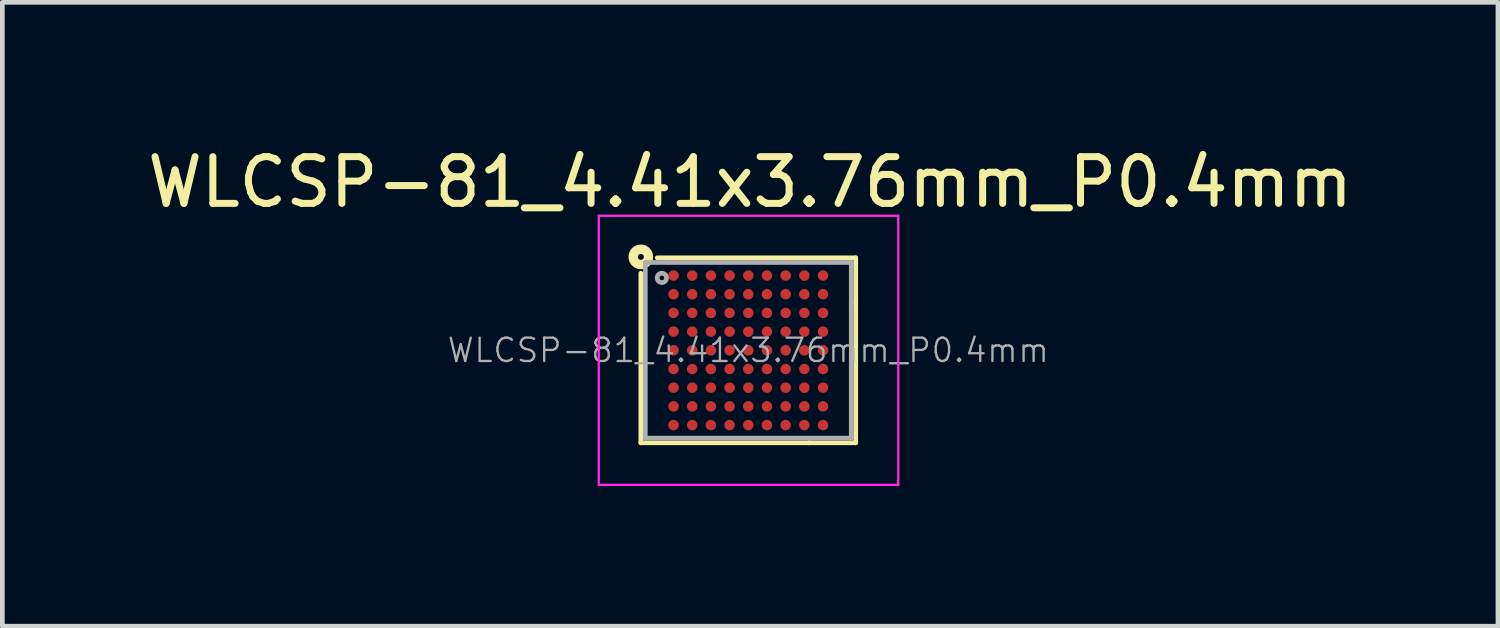
<source format=kicad_pcb>
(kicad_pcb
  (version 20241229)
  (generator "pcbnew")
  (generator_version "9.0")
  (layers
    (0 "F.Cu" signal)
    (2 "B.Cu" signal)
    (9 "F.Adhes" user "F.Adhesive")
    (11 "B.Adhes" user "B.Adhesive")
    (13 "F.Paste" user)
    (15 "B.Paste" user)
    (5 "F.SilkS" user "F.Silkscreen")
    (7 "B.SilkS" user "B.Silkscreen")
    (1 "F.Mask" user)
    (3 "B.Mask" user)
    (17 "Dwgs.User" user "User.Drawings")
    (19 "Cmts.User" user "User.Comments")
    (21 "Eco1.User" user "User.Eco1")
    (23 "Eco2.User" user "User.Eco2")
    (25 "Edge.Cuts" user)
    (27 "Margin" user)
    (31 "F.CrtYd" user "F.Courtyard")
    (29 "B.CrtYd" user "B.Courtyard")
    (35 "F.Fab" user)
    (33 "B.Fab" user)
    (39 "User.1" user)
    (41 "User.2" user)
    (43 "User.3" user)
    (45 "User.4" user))
  (footprint "WLCSP-81_4.41x3.76mm_P0.4mm"
    (layer "F.Cu")
    (at 12.966 4.448)
    (property "Reference" "WLCSP-81_4.41x3.76mm_P0.4mm" (at 0.04 -3.6 0) (layer "F.SilkS") (effects (font (size 1 1) (thickness 0.15))))
    (attr smd)
    (fp_line (start -2.3 -1.65) (end -2.3 1.98) (stroke (width 0.1) (type solid)) (layer "F.SilkS"))
    (fp_line (start -2.3 1.98) (end 1.3 1.98) (stroke (width 0.1) (type solid)) (layer "F.SilkS"))
    (fp_line (start -1.95 -1.98) (end 2.3 -1.98) (stroke (width 0.1) (type solid)) (layer "F.SilkS"))
    (fp_line (start 2.3 -1.98) (end 2.3 -1) (stroke (width 0.1) (type solid)) (layer "F.SilkS"))
    (fp_line (start 2.3 -1) (end 2.3 1.98) (stroke (width 0.1) (type solid)) (layer "F.SilkS"))
    (fp_line (start 2.3 1.98) (end 1.3 1.98) (stroke (width 0.1) (type solid)) (layer "F.SilkS"))
    (fp_circle (center -2.3 -2) (end -2.236 -2) (stroke (width 0.2) (type solid)) (fill no) (layer "F.SilkS"))
    (fp_line (start -3.2 -2.88) (end -3.2 2.88) (stroke (width 0.05) (type solid)) (layer "F.CrtYd"))
    (fp_line (start -3.2 -2.88) (end 3.21 -2.88) (stroke (width 0.05) (type solid)) (layer "F.CrtYd"))
    (fp_line (start -3.2 2.88) (end 3.21 2.88) (stroke (width 0.05) (type solid)) (layer "F.CrtYd"))
    (fp_line (start 3.21 2.88) (end 3.21 -2.88) (stroke (width 0.05) (type solid)) (layer "F.CrtYd"))
    (fp_line (start -2.204 -1.88) (end -2.204 1.88) (stroke (width 0.1) (type solid)) (layer "F.Fab"))
    (fp_line (start -2.204 -1.88) (end 2.204 -1.88) (stroke (width 0.1) (type solid)) (layer "F.Fab"))
    (fp_line (start -2.204 1.88) (end 2.204 1.88) (stroke (width 0.1) (type solid)) (layer "F.Fab"))
    (fp_line (start 2.204 -1.88) (end 2.204 1.88) (stroke (width 0.1) (type solid)) (layer "F.Fab"))
    (fp_circle (center -1.85 -1.55) (end -1.75 -1.55) (stroke (width 0.1) (type solid)) (fill no) (layer "F.Fab"))
    (fp_text user "${REFERENCE}" (at 0 0 0) (layer "F.Fab") (effects (font (size 0.5 0.5) (thickness 0.05))))
    (pad "A1" smd circle (at -1.6 -1.6) (size 0.225 0.225) (layers "F.Cu" "F.Mask" "F.Paste"))
    (pad "A2" smd circle (at -1.2 -1.6) (size 0.225 0.225) (layers "F.Cu" "F.Mask" "F.Paste"))
    (pad "A3" smd circle (at -0.8 -1.6) (size 0.225 0.225) (layers "F.Cu" "F.Mask" "F.Paste"))
    (pad "A4" smd circle (at -0.4 -1.6) (size 0.225 0.225) (layers "F.Cu" "F.Mask" "F.Paste"))
    (pad "A5" smd circle (at 0 -1.6) (size 0.225 0.225) (layers "F.Cu" "F.Mask" "F.Paste"))
    (pad "A6" smd circle (at 0.4 -1.6) (size 0.225 0.225) (layers "F.Cu" "F.Mask" "F.Paste"))
    (pad "A7" smd circle (at 0.8 -1.6) (size 0.225 0.225) (layers "F.Cu" "F.Mask" "F.Paste"))
    (pad "A8" smd circle (at 1.2 -1.6) (size 0.225 0.225) (layers "F.Cu" "F.Mask" "F.Paste"))
    (pad "A9" smd circle (at 1.6 -1.6) (size 0.225 0.225) (layers "F.Cu" "F.Mask" "F.Paste"))
    (pad "B1" smd circle (at -1.6 -1.2) (size 0.225 0.225) (layers "F.Cu" "F.Mask" "F.Paste"))
    (pad "B2" smd circle (at -1.2 -1.2) (size 0.225 0.225) (layers "F.Cu" "F.Mask" "F.Paste"))
    (pad "B3" smd circle (at -0.8 -1.2) (size 0.225 0.225) (layers "F.Cu" "F.Mask" "F.Paste"))
    (pad "B4" smd circle (at -0.4 -1.2) (size 0.225 0.225) (layers "F.Cu" "F.Mask" "F.Paste"))
    (pad "B5" smd circle (at 0 -1.2) (size 0.225 0.225) (layers "F.Cu" "F.Mask" "F.Paste"))
    (pad "B6" smd circle (at 0.4 -1.2) (size 0.225 0.225) (layers "F.Cu" "F.Mask" "F.Paste"))
    (pad "B7" smd circle (at 0.8 -1.2) (size 0.225 0.225) (layers "F.Cu" "F.Mask" "F.Paste"))
    (pad "B8" smd circle (at 1.2 -1.2) (size 0.225 0.225) (layers "F.Cu" "F.Mask" "F.Paste"))
    (pad "B9" smd circle (at 1.6 -1.2) (size 0.225 0.225) (layers "F.Cu" "F.Mask" "F.Paste"))
    (pad "C1" smd circle (at -1.6 -0.8) (size 0.225 0.225) (layers "F.Cu" "F.Mask" "F.Paste"))
    (pad "C2" smd circle (at -1.2 -0.8) (size 0.225 0.225) (layers "F.Cu" "F.Mask" "F.Paste"))
    (pad "C3" smd circle (at -0.8 -0.8) (size 0.225 0.225) (layers "F.Cu" "F.Mask" "F.Paste"))
    (pad "C4" smd circle (at -0.4 -0.8) (size 0.225 0.225) (layers "F.Cu" "F.Mask" "F.Paste"))
    (pad "C5" smd circle (at 0 -0.8) (size 0.225 0.225) (layers "F.Cu" "F.Mask" "F.Paste"))
    (pad "C6" smd circle (at 0.4 -0.8) (size 0.225 0.225) (layers "F.Cu" "F.Mask" "F.Paste"))
    (pad "C7" smd circle (at 0.8 -0.8) (size 0.225 0.225) (layers "F.Cu" "F.Mask" "F.Paste"))
    (pad "C8" smd circle (at 1.2 -0.8) (size 0.225 0.225) (layers "F.Cu" "F.Mask" "F.Paste"))
    (pad "C9" smd circle (at 1.6 -0.8) (size 0.225 0.225) (layers "F.Cu" "F.Mask" "F.Paste"))
    (pad "D1" smd circle (at -1.6 -0.4) (size 0.225 0.225) (layers "F.Cu" "F.Mask" "F.Paste"))
    (pad "D2" smd circle (at -1.2 -0.4) (size 0.225 0.225) (layers "F.Cu" "F.Mask" "F.Paste"))
    (pad "D3" smd circle (at -0.8 -0.4) (size 0.225 0.225) (layers "F.Cu" "F.Mask" "F.Paste"))
    (pad "D4" smd circle (at -0.4 -0.4) (size 0.225 0.225) (layers "F.Cu" "F.Mask" "F.Paste"))
    (pad "D5" smd circle (at 0 -0.4) (size 0.225 0.225) (layers "F.Cu" "F.Mask" "F.Paste"))
    (pad "D6" smd circle (at 0.4 -0.4) (size 0.225 0.225) (layers "F.Cu" "F.Mask" "F.Paste"))
    (pad "D7" smd circle (at 0.8 -0.4) (size 0.225 0.225) (layers "F.Cu" "F.Mask" "F.Paste"))
    (pad "D8" smd circle (at 1.2 -0.4) (size 0.225 0.225) (layers "F.Cu" "F.Mask" "F.Paste"))
    (pad "D9" smd circle (at 1.6 -0.4) (size 0.225 0.225) (layers "F.Cu" "F.Mask" "F.Paste"))
    (pad "E1" smd circle (at -1.6 0) (size 0.225 0.225) (layers "F.Cu" "F.Mask" "F.Paste"))
    (pad "E2" smd circle (at -1.2 0) (size 0.225 0.225) (layers "F.Cu" "F.Mask" "F.Paste"))
    (pad "E3" smd circle (at -0.8 0) (size 0.225 0.225) (layers "F.Cu" "F.Mask" "F.Paste"))
    (pad "E4" smd circle (at -0.4 0) (size 0.225 0.225) (layers "F.Cu" "F.Mask" "F.Paste"))
    (pad "E5" smd circle (at 0 0) (size 0.225 0.225) (layers "F.Cu" "F.Mask" "F.Paste"))
    (pad "E6" smd circle (at 0.4 0) (size 0.225 0.225) (layers "F.Cu" "F.Mask" "F.Paste"))
    (pad "E7" smd circle (at 0.8 0) (size 0.225 0.225) (layers "F.Cu" "F.Mask" "F.Paste"))
    (pad "E8" smd circle (at 1.2 0) (size 0.225 0.225) (layers "F.Cu" "F.Mask" "F.Paste"))
    (pad "E9" smd circle (at 1.6 0) (size 0.225 0.225) (layers "F.Cu" "F.Mask" "F.Paste"))
    (pad "F1" smd circle (at -1.6 0.4) (size 0.225 0.225) (layers "F.Cu" "F.Mask" "F.Paste"))
    (pad "F2" smd circle (at -1.2 0.4) (size 0.225 0.225) (layers "F.Cu" "F.Mask" "F.Paste"))
    (pad "F3" smd circle (at -0.8 0.4) (size 0.225 0.225) (layers "F.Cu" "F.Mask" "F.Paste"))
    (pad "F4" smd circle (at -0.4 0.4) (size 0.225 0.225) (layers "F.Cu" "F.Mask" "F.Paste"))
    (pad "F5" smd circle (at 0 0.4) (size 0.225 0.225) (layers "F.Cu" "F.Mask" "F.Paste"))
    (pad "F6" smd circle (at 0.4 0.4) (size 0.225 0.225) (layers "F.Cu" "F.Mask" "F.Paste"))
    (pad "F7" smd circle (at 0.8 0.4) (size 0.225 0.225) (layers "F.Cu" "F.Mask" "F.Paste"))
    (pad "F8" smd circle (at 1.2 0.4) (size 0.225 0.225) (layers "F.Cu" "F.Mask" "F.Paste"))
    (pad "F9" smd circle (at 1.6 0.4) (size 0.225 0.225) (layers "F.Cu" "F.Mask" "F.Paste"))
    (pad "G1" smd circle (at -1.6 0.8) (size 0.225 0.225) (layers "F.Cu" "F.Mask" "F.Paste"))
    (pad "G2" smd circle (at -1.2 0.8) (size 0.225 0.225) (layers "F.Cu" "F.Mask" "F.Paste"))
    (pad "G3" smd circle (at -0.8 0.8) (size 0.225 0.225) (layers "F.Cu" "F.Mask" "F.Paste"))
    (pad "G4" smd circle (at -0.4 0.8) (size 0.225 0.225) (layers "F.Cu" "F.Mask" "F.Paste"))
    (pad "G5" smd circle (at 0 0.8) (size 0.225 0.225) (layers "F.Cu" "F.Mask" "F.Paste"))
    (pad "G6" smd circle (at 0.4 0.8) (size 0.225 0.225) (layers "F.Cu" "F.Mask" "F.Paste"))
    (pad "G7" smd circle (at 0.8 0.8) (size 0.225 0.225) (layers "F.Cu" "F.Mask" "F.Paste"))
    (pad "G8" smd circle (at 1.2 0.8) (size 0.225 0.225) (layers "F.Cu" "F.Mask" "F.Paste"))
    (pad "G9" smd circle (at 1.6 0.8) (size 0.225 0.225) (layers "F.Cu" "F.Mask" "F.Paste"))
    (pad "H1" smd circle (at -1.6 1.2) (size 0.225 0.225) (layers "F.Cu" "F.Mask" "F.Paste"))
    (pad "H2" smd circle (at -1.2 1.2) (size 0.225 0.225) (layers "F.Cu" "F.Mask" "F.Paste"))
    (pad "H3" smd circle (at -0.8 1.2) (size 0.225 0.225) (layers "F.Cu" "F.Mask" "F.Paste"))
    (pad "H4" smd circle (at -0.4 1.2) (size 0.225 0.225) (layers "F.Cu" "F.Mask" "F.Paste"))
    (pad "H5" smd circle (at 0 1.2) (size 0.225 0.225) (layers "F.Cu" "F.Mask" "F.Paste"))
    (pad "H6" smd circle (at 0.4 1.2) (size 0.225 0.225) (layers "F.Cu" "F.Mask" "F.Paste"))
    (pad "H7" smd circle (at 0.8 1.2) (size 0.225 0.225) (layers "F.Cu" "F.Mask" "F.Paste"))
    (pad "H8" smd circle (at 1.2 1.2) (size 0.225 0.225) (layers "F.Cu" "F.Mask" "F.Paste"))
    (pad "H9" smd circle (at 1.6 1.2) (size 0.225 0.225) (layers "F.Cu" "F.Mask" "F.Paste"))
    (pad "J1" smd circle (at -1.6 1.6) (size 0.225 0.225) (layers "F.Cu" "F.Mask" "F.Paste"))
    (pad "J2" smd circle (at -1.2 1.6) (size 0.225 0.225) (layers "F.Cu" "F.Mask" "F.Paste"))
    (pad "J3" smd circle (at -0.8 1.6) (size 0.225 0.225) (layers "F.Cu" "F.Mask" "F.Paste"))
    (pad "J4" smd circle (at -0.4 1.6) (size 0.225 0.225) (layers "F.Cu" "F.Mask" "F.Paste"))
    (pad "J5" smd circle (at 0 1.6) (size 0.225 0.225) (layers "F.Cu" "F.Mask" "F.Paste"))
    (pad "J6" smd circle (at 0.4 1.6) (size 0.225 0.225) (layers "F.Cu" "F.Mask" "F.Paste"))
    (pad "J7" smd circle (at 0.8 1.6) (size 0.225 0.225) (layers "F.Cu" "F.Mask" "F.Paste"))
    (pad "J8" smd circle (at 1.2 1.6) (size 0.225 0.225) (layers "F.Cu" "F.Mask" "F.Paste"))
    (pad "J9" smd circle (at 1.6 1.6) (size 0.225 0.225) (layers "F.Cu" "F.Mask" "F.Paste")))
  (gr_rect
    (start -3 -3)
    (end 29.012 10.353)
    (stroke (width 0.1) (type default))
    (fill no)
    (layer "Edge.Cuts")))
</source>
